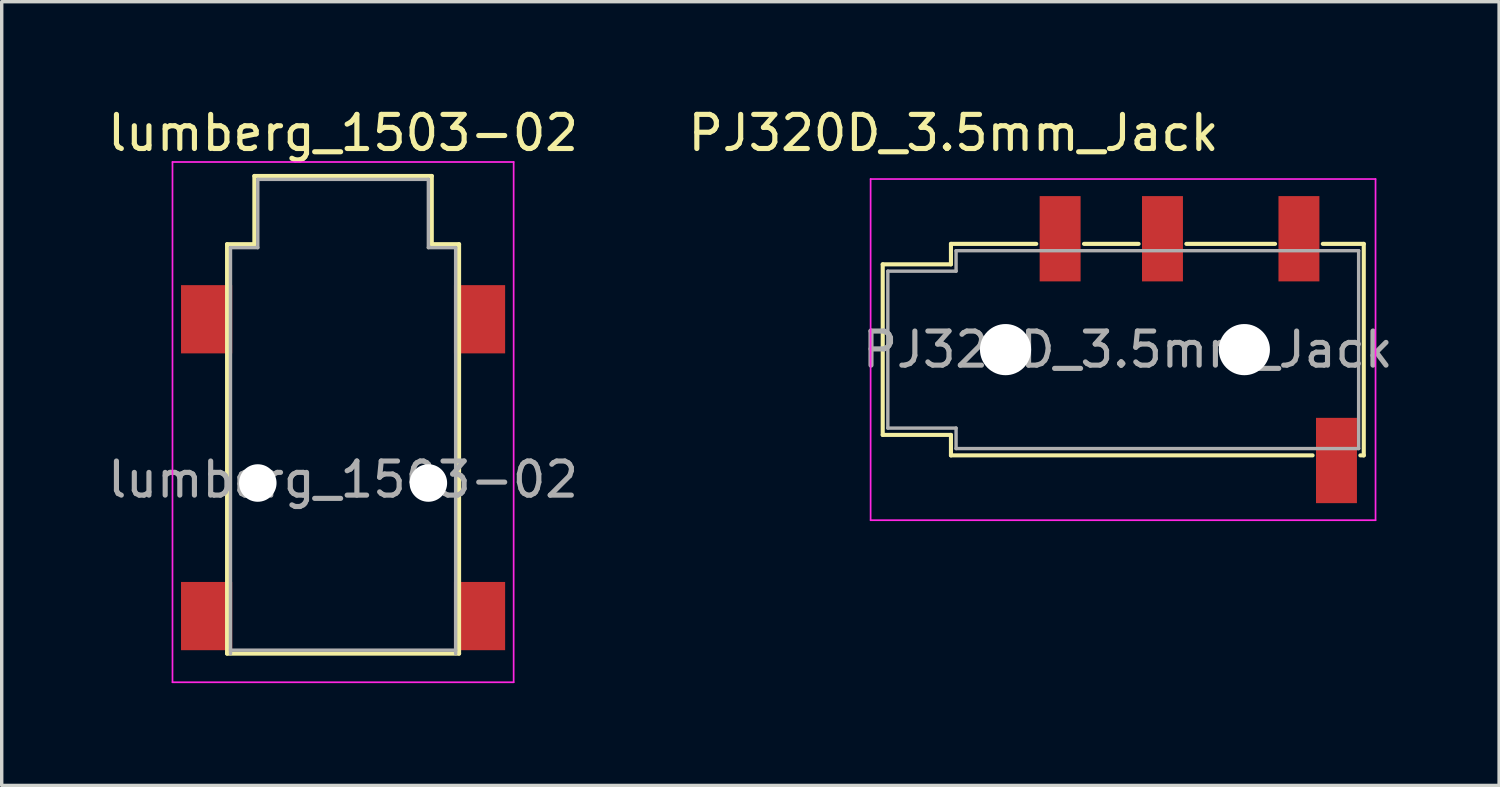
<source format=kicad_pcb>
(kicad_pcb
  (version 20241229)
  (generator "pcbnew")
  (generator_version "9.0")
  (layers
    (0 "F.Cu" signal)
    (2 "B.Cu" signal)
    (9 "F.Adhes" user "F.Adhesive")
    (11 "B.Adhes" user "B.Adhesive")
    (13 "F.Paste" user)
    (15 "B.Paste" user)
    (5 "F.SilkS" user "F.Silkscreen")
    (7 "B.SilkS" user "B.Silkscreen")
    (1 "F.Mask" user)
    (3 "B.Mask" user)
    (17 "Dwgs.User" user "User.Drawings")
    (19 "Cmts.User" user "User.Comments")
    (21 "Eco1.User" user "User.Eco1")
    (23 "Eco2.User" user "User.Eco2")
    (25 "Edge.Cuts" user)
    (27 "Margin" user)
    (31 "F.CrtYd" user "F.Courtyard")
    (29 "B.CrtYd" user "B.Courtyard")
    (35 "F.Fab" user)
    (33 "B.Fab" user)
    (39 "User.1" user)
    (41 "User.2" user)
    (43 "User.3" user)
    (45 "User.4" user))
  (footprint "lumberg_1503-02"
    (layer "F.Cu")
    (at 7.006 11.008)
    (property "Reference" "lumberg_1503-02" (at 0 -10.16 0) (layer "F.SilkS") (effects (font (size 1 1) (thickness 0.15))))
    (attr smd)
    (fp_line (start -3.4 -6.9) (end -2.6 -6.9) (stroke (width 0.12) (type solid)) (layer "F.SilkS"))
    (fp_line (start -3.4 5.1) (end -3.4 -6.9) (stroke (width 0.12) (type solid)) (layer "F.SilkS"))
    (fp_line (start -2.6 -8.9) (end 2.6 -8.9) (stroke (width 0.12) (type solid)) (layer "F.SilkS"))
    (fp_line (start -2.6 -6.9) (end -2.6 -8.9) (stroke (width 0.12) (type solid)) (layer "F.SilkS"))
    (fp_line (start 2.6 -8.9) (end 2.6 -6.9) (stroke (width 0.12) (type solid)) (layer "F.SilkS"))
    (fp_line (start 2.6 -6.9) (end 3.4 -6.9) (stroke (width 0.12) (type solid)) (layer "F.SilkS"))
    (fp_line (start 3.4 5.1) (end -3.4 5.1) (stroke (width 0.12) (type solid)) (layer "F.SilkS"))
    (fp_line (start 3.4 5.1) (end 3.4 -6.9) (stroke (width 0.12) (type solid)) (layer "F.SilkS"))
    (fp_line (start -5 -9.31) (end -5 5.94) (stroke (width 0.05) (type solid)) (layer "F.CrtYd"))
    (fp_line (start -5 -9.31) (end 5 -9.31) (stroke (width 0.05) (type solid)) (layer "F.CrtYd"))
    (fp_line (start -5 5.94) (end 5 5.94) (stroke (width 0.05) (type solid)) (layer "F.CrtYd"))
    (fp_line (start 5 5.94) (end 5 -9.31) (stroke (width 0.05) (type solid)) (layer "F.CrtYd"))
    (fp_line (start -3.3 -6.8) (end -3.3 5.1) (stroke (width 0.1) (type solid)) (layer "F.Fab"))
    (fp_line (start -3.3 5) (end 3.3 5) (stroke (width 0.1) (type solid)) (layer "F.Fab"))
    (fp_line (start -2.5 -8.8) (end -2.5 -6.8) (stroke (width 0.1) (type solid)) (layer "F.Fab"))
    (fp_line (start -2.5 -6.8) (end -3.3 -6.8) (stroke (width 0.1) (type solid)) (layer "F.Fab"))
    (fp_line (start 2.5 -8.8) (end -2.5 -8.8) (stroke (width 0.1) (type solid)) (layer "F.Fab"))
    (fp_line (start 2.5 -6.8) (end 2.5 -8.8) (stroke (width 0.1) (type solid)) (layer "F.Fab"))
    (fp_line (start 3.3 -6.8) (end 2.5 -6.8) (stroke (width 0.1) (type solid)) (layer "F.Fab"))
    (fp_line (start 3.3 5.1) (end 3.3 -6.8) (stroke (width 0.1) (type solid)) (layer "F.Fab"))
    (fp_text user "${REFERENCE}" (at 0 0 0) (layer "F.Fab") (effects (font (size 1 1) (thickness 0.15))))
    (pad "" np_thru_hole circle (at -2.5 0.1) (size 1.1 1.1) (drill 1.1) (layers "*.Cu" "*.Mask"))
    (pad "" np_thru_hole circle (at 2.5 0.1) (size 1.1 1.1) (drill 1.1) (layers "*.Cu" "*.Mask"))
    (pad "R" smd rect (at -4 4) (size 1.5 2) (layers "F.Cu" "F.Mask" "F.Paste"))
    (pad "S" smd rect (at 4 4) (size 1.5 2) (layers "F.Cu" "F.Mask" "F.Paste"))
    (pad "T" smd rect (at -4 -4.7) (size 1.5 2) (layers "F.Cu" "F.Mask" "F.Paste"))
    (pad "T" smd rect (at 4 -4.7) (size 1.5 2) (layers "F.Cu" "F.Mask" "F.Paste")))
  (footprint "PJ320D_3.5mm_Jack"
    (layer "F.Cu")
    (at 24.824 7.198)
    (property "Reference" "PJ320D_3.5mm_Jack" (at 0.075 -6.35 0) (layer "F.SilkS") (effects (font (size 1 1) (thickness 0.15))))
    (attr smd)
    (fp_line (start -2 -2.5) (end -2 2.5) (stroke (width 0.12) (type solid)) (layer "F.SilkS"))
    (fp_line (start 0 -3.1) (end 0 -2.5) (stroke (width 0.12) (type solid)) (layer "F.SilkS"))
    (fp_line (start 0 -3.1) (end 2.5 -3.1) (stroke (width 0.12) (type solid)) (layer "F.SilkS"))
    (fp_line (start 0 -2.5) (end -2 -2.5) (stroke (width 0.12) (type solid)) (layer "F.SilkS"))
    (fp_line (start 0 2.5) (end -2 2.5) (stroke (width 0.12) (type solid)) (layer "F.SilkS"))
    (fp_line (start 0 2.5) (end 0 3.1) (stroke (width 0.12) (type solid)) (layer "F.SilkS"))
    (fp_line (start 3.9 -3.1) (end 5.5 -3.1) (stroke (width 0.12) (type solid)) (layer "F.SilkS"))
    (fp_line (start 6.9 -3.1) (end 9.5 -3.1) (stroke (width 0.12) (type solid)) (layer "F.SilkS"))
    (fp_line (start 10.6 3.1) (end 0 3.1) (stroke (width 0.12) (type solid)) (layer "F.SilkS"))
    (fp_line (start 10.9 -3.1) (end 12.1 -3.1) (stroke (width 0.12) (type solid)) (layer "F.SilkS"))
    (fp_line (start 12 3.1) (end 12.1 3.1) (stroke (width 0.12) (type solid)) (layer "F.SilkS"))
    (fp_line (start 12.1 3.1) (end 12.1 -3.1) (stroke (width 0.12) (type solid)) (layer "F.SilkS"))
    (fp_line (start -2.355 -5) (end 12.445 -5) (stroke (width 0.05) (type solid)) (layer "F.CrtYd"))
    (fp_line (start -2.355 5) (end -2.355 -5) (stroke (width 0.05) (type solid)) (layer "F.CrtYd"))
    (fp_line (start -2.355 5) (end 12.445 5) (stroke (width 0.05) (type solid)) (layer "F.CrtYd"))
    (fp_line (start 12.445 5) (end 12.445 -5) (stroke (width 0.05) (type solid)) (layer "F.CrtYd"))
    (fp_line (start -1.85 -2.3) (end 0.15 -2.3) (stroke (width 0.1) (type solid)) (layer "F.Fab"))
    (fp_line (start -1.85 2.3) (end -1.85 -2.3) (stroke (width 0.1) (type solid)) (layer "F.Fab"))
    (fp_line (start 0.15 -2.9) (end 11.95 -2.9) (stroke (width 0.1) (type solid)) (layer "F.Fab"))
    (fp_line (start 0.15 -2.3) (end 0.15 -2.9) (stroke (width 0.1) (type solid)) (layer "F.Fab"))
    (fp_line (start 0.15 2.3) (end -1.85 2.3) (stroke (width 0.1) (type solid)) (layer "F.Fab"))
    (fp_line (start 0.15 2.9) (end 0.15 2.3) (stroke (width 0.1) (type solid)) (layer "F.Fab"))
    (fp_line (start 11.95 -2.9) (end 11.95 2.9) (stroke (width 0.1) (type solid)) (layer "F.Fab"))
    (fp_line (start 11.95 2.9) (end 0.15 2.9) (stroke (width 0.1) (type solid)) (layer "F.Fab"))
    (fp_text user "${REFERENCE}" (at 5.18 0 0) (layer "F.Fab") (effects (font (size 1 1) (thickness 0.15))))
    (pad "" np_thru_hole circle (at 1.6 0) (size 1.5 1.5) (drill 1.5) (layers "*.Cu" "*.Mask"))
    (pad "" np_thru_hole circle (at 8.6 0) (size 1.5 1.5) (drill 1.5) (layers "*.Cu" "*.Mask"))
    (pad "R1" smd rect (at 6.2 -3.25) (size 1.2 2.5) (layers "F.Cu" "F.Mask" "F.Paste"))
    (pad "R2" smd rect (at 3.2 -3.25) (size 1.2 2.5) (layers "F.Cu" "F.Mask" "F.Paste"))
    (pad "S" smd rect (at 11.3 3.25) (size 1.2 2.5) (layers "F.Cu" "F.Mask" "F.Paste"))
    (pad "T" smd rect (at 10.2 -3.25) (size 1.2 2.5) (layers "F.Cu" "F.Mask" "F.Paste")))
  (gr_rect
    (start -3 -3)
    (end 40.891 19.973)
    (stroke (width 0.1) (type default))
    (fill no)
    (layer "Edge.Cuts")))
</source>
